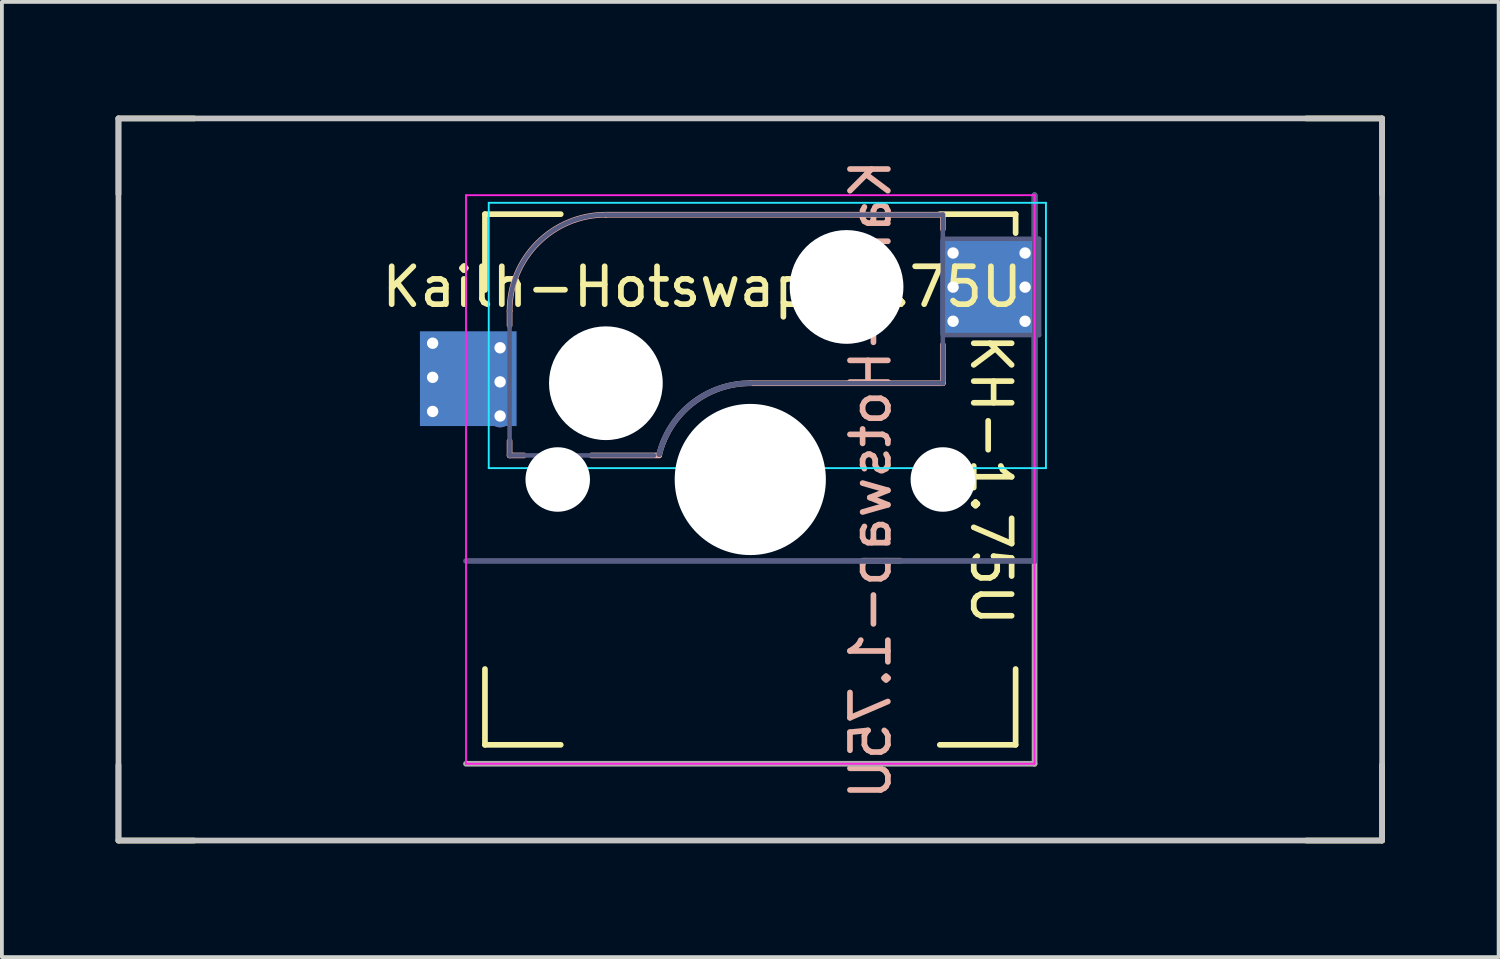
<source format=kicad_pcb>
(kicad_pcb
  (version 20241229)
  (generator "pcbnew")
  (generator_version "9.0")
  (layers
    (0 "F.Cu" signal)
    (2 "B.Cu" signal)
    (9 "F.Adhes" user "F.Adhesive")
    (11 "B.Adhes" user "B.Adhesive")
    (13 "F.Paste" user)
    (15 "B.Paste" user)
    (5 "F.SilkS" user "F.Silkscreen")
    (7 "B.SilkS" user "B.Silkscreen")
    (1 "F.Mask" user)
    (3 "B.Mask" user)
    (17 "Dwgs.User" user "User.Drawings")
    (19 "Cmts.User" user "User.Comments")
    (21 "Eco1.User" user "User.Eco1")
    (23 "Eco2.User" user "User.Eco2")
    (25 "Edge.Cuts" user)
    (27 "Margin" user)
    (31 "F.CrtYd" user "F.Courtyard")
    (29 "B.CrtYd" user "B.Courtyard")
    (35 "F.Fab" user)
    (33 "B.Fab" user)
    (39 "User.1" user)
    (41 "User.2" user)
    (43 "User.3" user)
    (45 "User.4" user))
  (footprint "Kailh-Hotswap-1.75U"
    (layer "F.Cu")
    (at 16.744 9.6)
    (property "Reference" "Kailh-Hotswap-1.75U" (at 3.175 0 90) (unlocked yes) (layer "B.SilkS") (effects (font (size 1 1) (thickness 0.15)) (justify mirror)))
    (attr through_hole)
    (fp_line (start -16.669 -9.525) (end -14.669 -9.525) (stroke (width 0.15) (type solid)) (layer "F.SilkS"))
    (fp_line (start -16.669 -7.525) (end -16.669 -9.525) (stroke (width 0.15) (type solid)) (layer "F.SilkS"))
    (fp_line (start -16.669 9.525) (end -16.669 7.525) (stroke (width 0.15) (type solid)) (layer "F.SilkS"))
    (fp_line (start -14.669 9.525) (end -16.669 9.525) (stroke (width 0.15) (type solid)) (layer "F.SilkS"))
    (fp_line (start -7 -7) (end -5 -7) (stroke (width 0.15) (type solid)) (layer "F.SilkS"))
    (fp_line (start -7 -5) (end -7 -7) (stroke (width 0.15) (type solid)) (layer "F.SilkS"))
    (fp_line (start -7 7) (end -7 5) (stroke (width 0.15) (type solid)) (layer "F.SilkS"))
    (fp_line (start -5 7) (end -7 7) (stroke (width 0.15) (type solid)) (layer "F.SilkS"))
    (fp_line (start 5 -7) (end 7 -7) (stroke (width 0.15) (type solid)) (layer "F.SilkS"))
    (fp_line (start 5 7) (end 7 7) (stroke (width 0.15) (type solid)) (layer "F.SilkS"))
    (fp_line (start 7 -7) (end 7 -6.5) (stroke (width 0.15) (type solid)) (layer "F.SilkS"))
    (fp_line (start 7 7) (end 7 5) (stroke (width 0.15) (type solid)) (layer "F.SilkS"))
    (fp_line (start 14.669 -9.525) (end 16.669 -9.525) (stroke (width 0.15) (type solid)) (layer "F.SilkS"))
    (fp_line (start 16.669 -9.525) (end 16.669 -7.525) (stroke (width 0.15) (type solid)) (layer "F.SilkS"))
    (fp_line (start 16.669 7.525) (end 16.669 9.525) (stroke (width 0.15) (type solid)) (layer "F.SilkS"))
    (fp_line (start 16.669 9.525) (end 14.669 9.525) (stroke (width 0.15) (type solid)) (layer "F.SilkS"))
    (fp_line (start -6.35 -4.445) (end -6.35 -4.064) (stroke (width 0.15) (type solid)) (layer "B.SilkS"))
    (fp_line (start -6.35 -1.016) (end -6.35 -0.635) (stroke (width 0.15) (type solid)) (layer "B.SilkS"))
    (fp_line (start -6.35 -0.635) (end -5.969 -0.635) (stroke (width 0.15) (type solid)) (layer "B.SilkS"))
    (fp_line (start -4.191 -0.635) (end -2.4 -0.635) (stroke (width 0.15) (type solid)) (layer "B.SilkS"))
    (fp_line (start 0 -2.54) (end 5.08 -2.54) (stroke (width 0.15) (type solid)) (layer "B.SilkS"))
    (fp_line (start 5.08 -6.985) (end -3.81 -6.985) (stroke (width 0.15) (type solid)) (layer "B.SilkS"))
    (fp_line (start 5.08 -6.604) (end 5.08 -6.985) (stroke (width 0.15) (type solid)) (layer "B.SilkS"))
    (fp_line (start 5.08 -2.54) (end 5.08 -3.556) (stroke (width 0.15) (type solid)) (layer "B.SilkS"))
    (fp_arc (start -6.35 -4.445) (mid -5.606051 -6.241051) (end -3.81 -6.985) (stroke (width 0.15) (type solid)) (layer "B.SilkS"))
    (fp_arc (start -2.399998 -0.666137) (mid -1.521828 -2.016531) (end 0.001565 -2.54) (stroke (width 0.15) (type solid)) (layer "B.SilkS"))
    (fp_line (start -16.669 -9.525) (end 16.669 -9.525) (stroke (width 0.15) (type solid)) (layer "Dwgs.User"))
    (fp_line (start -16.669 9.525) (end -16.669 -9.525) (stroke (width 0.15) (type solid)) (layer "Dwgs.User"))
    (fp_line (start 16.669 -9.525) (end 16.669 9.525) (stroke (width 0.15) (type solid)) (layer "Dwgs.User"))
    (fp_line (start 16.669 9.525) (end -16.669 9.525) (stroke (width 0.15) (type solid)) (layer "Dwgs.User"))
    (fp_line (start -6.9 -7.3) (end 7.8 -7.3) (stroke (width 0.05) (type solid)) (layer "B.CrtYd"))
    (fp_line (start -6.9 -0.3) (end -6.9 -7.3) (stroke (width 0.05) (type solid)) (layer "B.CrtYd"))
    (fp_line (start 7.8 -7.3) (end 7.8 -0.3) (stroke (width 0.05) (type solid)) (layer "B.CrtYd"))
    (fp_line (start 7.8 -0.3) (end -6.9 -0.3) (stroke (width 0.05) (type solid)) (layer "B.CrtYd"))
    (fp_line (start -7.5 -7.5) (end 7.5 -7.5) (stroke (width 0.05) (type solid)) (layer "F.CrtYd"))
    (fp_line (start -7.5 7.5) (end -7.5 -7.5) (stroke (width 0.05) (type solid)) (layer "F.CrtYd"))
    (fp_line (start -7.5 7.5) (end 7.5 7.5) (stroke (width 0.05) (type solid)) (layer "F.CrtYd"))
    (fp_line (start 7.5 -7.5) (end 7.5 7.5) (stroke (width 0.05) (type solid)) (layer "F.CrtYd"))
    (fp_line (start -7.5 2.15) (end 7.5 2.15) (stroke (width 0.15) (type solid)) (layer "B.Fab"))
    (fp_line (start -6.35 -0.635) (end -6.35 -4.445) (stroke (width 0.12) (type solid)) (layer "B.Fab"))
    (fp_line (start -3.81 -6.985) (end 5.08 -6.985) (stroke (width 0.12) (type solid)) (layer "B.Fab"))
    (fp_line (start -2.54 -0.635) (end -6.35 -0.635) (stroke (width 0.12) (type solid)) (layer "B.Fab"))
    (fp_line (start 5.08 -6.985) (end 5.08 -2.54) (stroke (width 0.12) (type solid)) (layer "B.Fab"))
    (fp_line (start 5.08 -6.35) (end 7.62 -6.35) (stroke (width 0.12) (type solid)) (layer "B.Fab"))
    (fp_line (start 5.08 -2.54) (end 0 -2.54) (stroke (width 0.12) (type solid)) (layer "B.Fab"))
    (fp_line (start 7.5 2.15) (end 7.5 -7.5) (stroke (width 0.15) (type solid)) (layer "B.Fab"))
    (fp_line (start 7.62 -6.35) (end 7.62 -3.81) (stroke (width 0.12) (type solid)) (layer "B.Fab"))
    (fp_line (start 7.62 -3.81) (end 5.08 -3.81) (stroke (width 0.12) (type solid)) (layer "B.Fab"))
    (fp_arc (start -6.35 -4.445) (mid -5.606051 -6.241051) (end -3.81 -6.985) (stroke (width 0.12) (type solid)) (layer "B.Fab"))
    (fp_arc (start -2.401563 -0.666137) (mid -1.523393 -2.016531) (end 0 -2.54) (stroke (width 0.15) (type solid)) (layer "B.Fab"))
    (fp_line (start -7.5 7.5) (end 7.5 7.5) (stroke (width 0.15) (type solid)) (layer "F.Fab"))
    (fp_line (start 7.5 7.5) (end 7.5 -7.5) (stroke (width 0.15) (type solid)) (layer "F.Fab"))
    (fp_text user "KH-1.75U" (at 6.35 0 270) (unlocked yes) (layer "F.SilkS") (effects (font (size 1 1) (thickness 0.15))))
    (fp_text user "${REFERENCE}" (at -1.27 -5.08 180) (layer "F.SilkS") (effects (font (size 1 1) (thickness 0.15))))
    (pad "" np_thru_hole circle (at -5.08 0 180) (size 1.702 1.702) (drill 1.702) (layers "*.Cu" "*.Mask"))
    (pad "" np_thru_hole circle (at -3.81 -2.54 180) (size 3 3) (drill 3) (layers "*.Cu" "*.Mask"))
    (pad "" np_thru_hole circle (at 0 0 180) (size 3.988 3.988) (drill 3.988) (layers "*.Cu" "*.Mask"))
    (pad "" np_thru_hole circle (at 2.54 -5.08 180) (size 3 3) (drill 3) (layers "*.Cu" "*.Mask"))
    (pad "" np_thru_hole circle (at 5.08 0 180) (size 1.702 1.702) (drill 1.702) (layers "*.Cu" "*.Mask"))
    (pad "1" thru_hole circle (at 5.35 -5.975 180) (size 0.6 0.6) (drill 0.3) (layers "*.Cu" "B.Mask"))
    (pad "1" thru_hole circle (at 5.35 -5.075 180) (size 0.6 0.6) (drill 0.3) (layers "*.Cu" "B.Mask"))
    (pad "1" thru_hole circle (at 5.35 -4.175 180) (size 0.6 0.6) (drill 0.3) (layers "*.Cu" "B.Mask"))
    (pad "1" smd rect (at 6.29 -5.08 180) (size 2.55 2.5) (layers "B.Cu" "B.Mask" "B.Paste"))
    (pad "1" thru_hole circle (at 7.25 -5.975 180) (size 0.6 0.6) (drill 0.3) (layers "*.Cu" "B.Mask"))
    (pad "1" thru_hole circle (at 7.25 -5.075 180) (size 0.6 0.6) (drill 0.3) (layers "*.Cu" "B.Mask"))
    (pad "1" thru_hole circle (at 7.25 -4.175 180) (size 0.6 0.6) (drill 0.3) (layers "*.Cu" "B.Mask"))
    (pad "2" thru_hole circle (at -8.38 -3.595 180) (size 0.6 0.6) (drill 0.3) (layers "*.Cu" "B.Mask"))
    (pad "2" thru_hole circle (at -8.38 -2.695 180) (size 0.6 0.6) (drill 0.3) (layers "*.Cu" "B.Mask"))
    (pad "2" thru_hole circle (at -8.38 -1.795 180) (size 0.6 0.6) (drill 0.3) (layers "*.Cu" "B.Mask"))
    (pad "2" smd rect (at -7.44 -2.66 180) (size 2.55 2.5) (layers "B.Cu" "B.Mask" "B.Paste"))
    (pad "2" thru_hole circle (at -6.6 -3.475 180) (size 0.6 0.6) (drill 0.3) (layers "*.Cu" "B.Mask"))
    (pad "2" thru_hole circle (at -6.6 -2.575 180) (size 0.6 0.6) (drill 0.3) (layers "*.Cu" "B.Mask"))
    (pad "2" thru_hole circle (at -6.6 -1.675 180) (size 0.6 0.6) (drill 0.3) (layers "*.Cu" "B.Mask")))
  (gr_rect
    (start -3 -3)
    (end 36.487 22.2)
    (stroke (width 0.1) (type default))
    (fill no)
    (layer "Edge.Cuts")))
</source>
